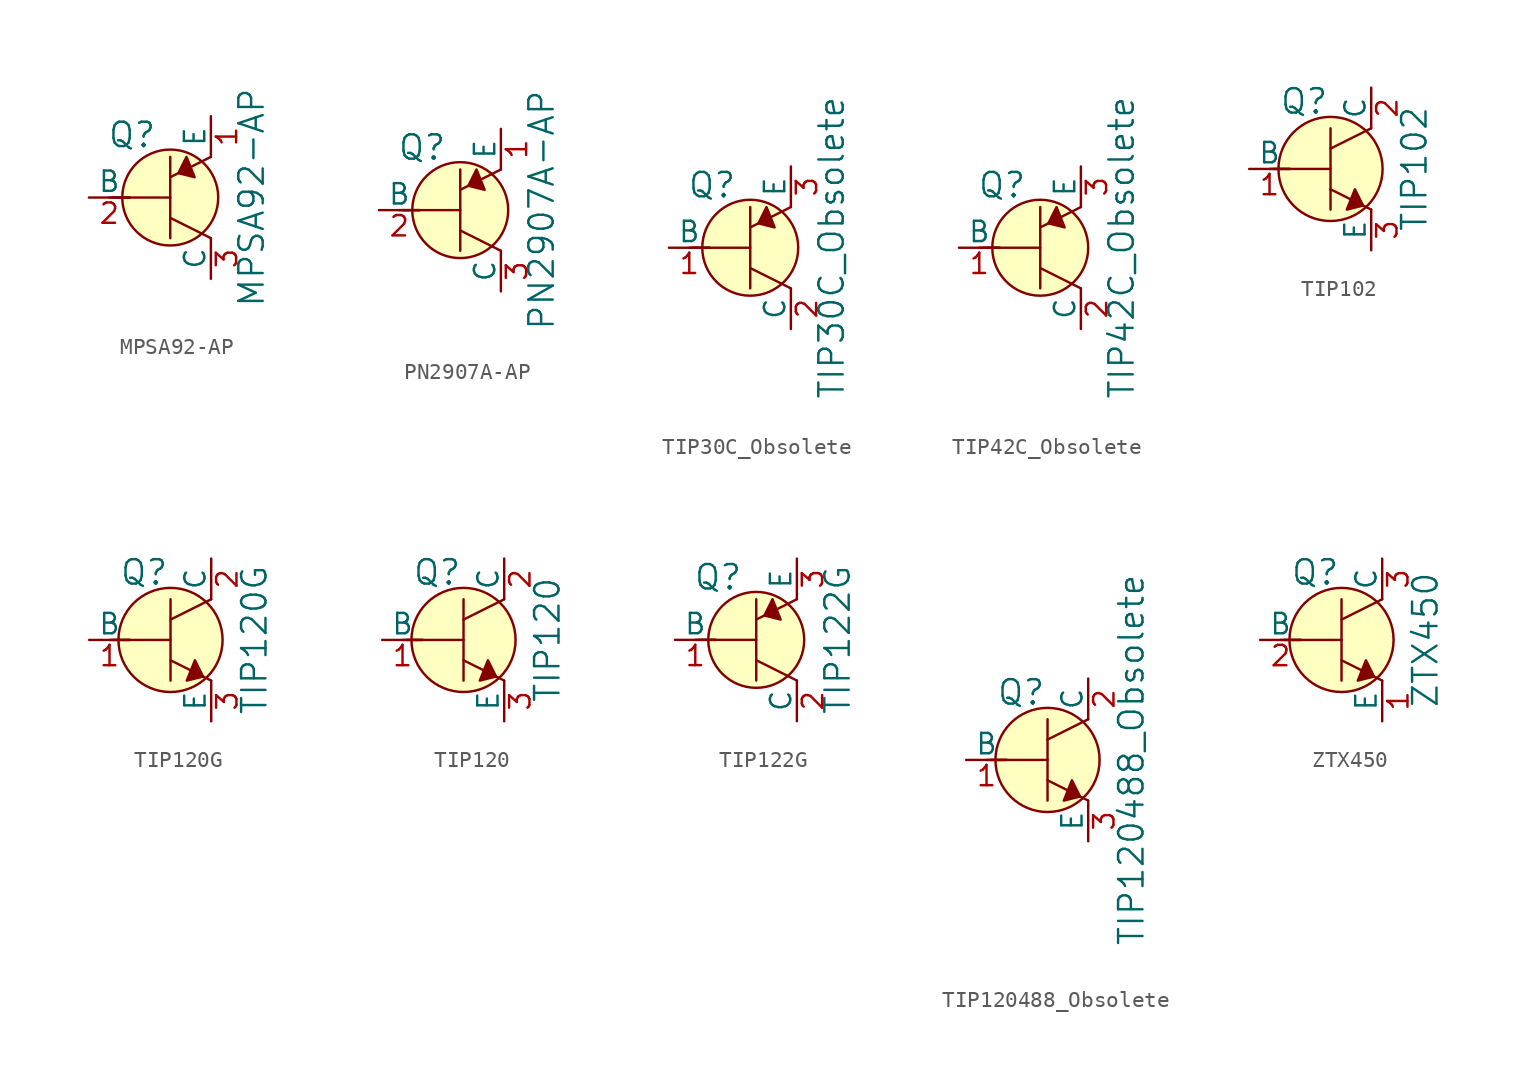
<source format=kicad_sym>
(kicad_symbol_lib
  (version 20220914)
  (generator kicad_symbol_editor)
  (symbol "MPSA92-AP"
    (pin_names
      (offset 0))
    (property "Reference" "Q"
      (at -2.388 3.912 0)
      (effects (font (size 1.524 1.524))))
    (property "Value" "MPSA92-AP"
      (at 5.08 0 90)
      (effects (font (size 1.524 1.524))))
    (symbol "MPSA92-AP_0_1"
      (polyline (pts (xy -3.81 0) (xy -2.54 0)) (stroke (width 0) (type solid)) (fill (type none)))
      (polyline (pts (xy -3.556 0) (xy 0 0)) (stroke (width 0) (type solid)) (fill (type none)))
      (polyline (pts (xy 0 -1.27) (xy 2.54 -2.54)) (stroke (width 0) (type solid)) (fill (type none)))
      (polyline (pts (xy 0 1.27) (xy 2.54 2.54)) (stroke (width 0) (type solid)) (fill (type none)))
      (polyline (pts (xy 0 2.54) (xy 0 -2.54)) (stroke (width 0) (type solid)) (fill (type none)))
      (polyline (pts (xy 1.016 2.54) (xy 0.508 1.524) (xy 1.524 1.27) (xy 1.016 2.54)) (stroke (width 0) (type solid)) (fill (type outline)))
      (circle (center 0 0) (radius 2.997) (stroke (width 0) (type solid)) (fill (type background))))
    (symbol "MPSA92-AP_1_1"
      (pin passive line (at 2.54 5.08 270) (length 2.54) (name "E" (effects (font (size 1.27 1.27)))) (number "1" (effects (font (size 1.27 1.27)))))
      (pin input line (at -5.08 0 0) (length 2.54) (name "B" (effects (font (size 1.27 1.27)))) (number "2" (effects (font (size 1.27 1.27)))))
      (pin passive line (at 2.54 -5.08 90) (length 2.54) (name "C" (effects (font (size 1.27 1.27)))) (number "3" (effects (font (size 1.27 1.27)))))))
  (symbol "PN2907A-AP"
    (pin_names
      (offset 0))
    (property "Reference" "Q"
      (at -2.388 3.912 0)
      (effects (font (size 1.524 1.524))))
    (property "Value" "PN2907A-AP"
      (at 5.08 0 90)
      (effects (font (size 1.524 1.524))))
    (symbol "PN2907A-AP_0_1"
      (polyline (pts (xy -3.81 0) (xy -2.54 0)) (stroke (width 0) (type solid)) (fill (type none)))
      (polyline (pts (xy -3.556 0) (xy 0 0)) (stroke (width 0) (type solid)) (fill (type none)))
      (polyline (pts (xy 0 -1.27) (xy 2.54 -2.54)) (stroke (width 0) (type solid)) (fill (type none)))
      (polyline (pts (xy 0 1.27) (xy 2.54 2.54)) (stroke (width 0) (type solid)) (fill (type none)))
      (polyline (pts (xy 0 2.54) (xy 0 -2.54)) (stroke (width 0) (type solid)) (fill (type none)))
      (polyline (pts (xy 1.016 2.54) (xy 0.508 1.524) (xy 1.524 1.27) (xy 1.016 2.54)) (stroke (width 0) (type solid)) (fill (type outline)))
      (circle (center 0 0) (radius 2.997) (stroke (width 0) (type solid)) (fill (type background))))
    (symbol "PN2907A-AP_1_1"
      (pin passive line (at 2.54 5.08 270) (length 2.54) (name "E" (effects (font (size 1.27 1.27)))) (number "1" (effects (font (size 1.27 1.27)))))
      (pin input line (at -5.08 0 0) (length 2.54) (name "B" (effects (font (size 1.27 1.27)))) (number "2" (effects (font (size 1.27 1.27)))))
      (pin passive line (at 2.54 -5.08 90) (length 2.54) (name "C" (effects (font (size 1.27 1.27)))) (number "3" (effects (font (size 1.27 1.27)))))))
  (symbol "TIP30C_Obsolete"
    (pin_names
      (offset 0))
    (property "Reference" "Q"
      (at -2.388 3.912 0)
      (effects (font (size 1.524 1.524))))
    (property "Value" "TIP30C_Obsolete"
      (at 5.08 0 90)
      (effects (font (size 1.524 1.524))))
    (symbol "TIP30C_Obsolete_0_1"
      (polyline (pts (xy -3.81 0) (xy -2.54 0)) (stroke (width 0) (type solid)) (fill (type none)))
      (polyline (pts (xy -3.556 0) (xy 0 0)) (stroke (width 0) (type solid)) (fill (type none)))
      (polyline (pts (xy 0 -1.27) (xy 2.54 -2.54)) (stroke (width 0) (type solid)) (fill (type none)))
      (polyline (pts (xy 0 1.27) (xy 2.54 2.54)) (stroke (width 0) (type solid)) (fill (type none)))
      (polyline (pts (xy 0 2.54) (xy 0 -2.54)) (stroke (width 0) (type solid)) (fill (type none)))
      (polyline (pts (xy 1.016 2.54) (xy 0.508 1.524) (xy 1.524 1.27) (xy 1.016 2.54)) (stroke (width 0) (type solid)) (fill (type outline)))
      (circle (center 0 0) (radius 2.997) (stroke (width 0) (type solid)) (fill (type background))))
    (symbol "TIP30C_Obsolete_1_1"
      (pin input line (at -5.08 0 0) (length 2.54) (name "B" (effects (font (size 1.27 1.27)))) (number "1" (effects (font (size 1.27 1.27)))))
      (pin passive line (at 2.54 -5.08 90) (length 2.54) (name "C" (effects (font (size 1.27 1.27)))) (number "2" (effects (font (size 1.27 1.27)))))
      (pin passive line (at 2.54 5.08 270) (length 2.54) (name "E" (effects (font (size 1.27 1.27)))) (number "3" (effects (font (size 1.27 1.27)))))))
  (symbol "TIP42C_Obsolete"
    (pin_names
      (offset 0))
    (property "Reference" "Q"
      (at -2.388 3.912 0)
      (effects (font (size 1.524 1.524))))
    (property "Value" "TIP42C_Obsolete"
      (at 5.08 0 90)
      (effects (font (size 1.524 1.524))))
    (symbol "TIP42C_Obsolete_0_1"
      (polyline (pts (xy -3.81 0) (xy -2.54 0)) (stroke (width 0) (type solid)) (fill (type none)))
      (polyline (pts (xy -3.556 0) (xy 0 0)) (stroke (width 0) (type solid)) (fill (type none)))
      (polyline (pts (xy 0 -1.27) (xy 2.54 -2.54)) (stroke (width 0) (type solid)) (fill (type none)))
      (polyline (pts (xy 0 1.27) (xy 2.54 2.54)) (stroke (width 0) (type solid)) (fill (type none)))
      (polyline (pts (xy 0 2.54) (xy 0 -2.54)) (stroke (width 0) (type solid)) (fill (type none)))
      (polyline (pts (xy 1.016 2.54) (xy 0.508 1.524) (xy 1.524 1.27) (xy 1.016 2.54)) (stroke (width 0) (type solid)) (fill (type outline)))
      (circle (center 0 0) (radius 2.997) (stroke (width 0) (type solid)) (fill (type background))))
    (symbol "TIP42C_Obsolete_1_1"
      (pin input line (at -5.08 0 0) (length 2.54) (name "B" (effects (font (size 1.27 1.27)))) (number "1" (effects (font (size 1.27 1.27)))))
      (pin passive line (at 2.54 -5.08 90) (length 2.54) (name "C" (effects (font (size 1.27 1.27)))) (number "2" (effects (font (size 1.27 1.27)))))
      (pin passive line (at 2.54 5.08 270) (length 2.54) (name "E" (effects (font (size 1.27 1.27)))) (number "3" (effects (font (size 1.27 1.27)))))))
  (symbol "TIP102"
    (pin_names
      (offset 0))
    (property "Reference" "Q"
      (at -3.2 4.216 0)
      (effects (font (size 1.524 1.524)) (justify left)))
    (property "Value" "TIP102"
      (at 5.232 0 90)
      (effects (font (size 1.524 1.524))))
    (symbol "TIP102_0_1"
      (polyline (pts (xy -3.81 0) (xy -2.54 0)) (stroke (width 0) (type solid)) (fill (type none)))
      (polyline (pts (xy -3.556 0) (xy 0 0)) (stroke (width 0) (type solid)) (fill (type none)))
      (polyline (pts (xy 0 -1.27) (xy 2.54 -2.54)) (stroke (width 0) (type solid)) (fill (type none)))
      (polyline (pts (xy 0 1.27) (xy 2.54 2.54)) (stroke (width 0) (type solid)) (fill (type none)))
      (polyline (pts (xy 0 2.54) (xy 0 -2.54)) (stroke (width 0) (type solid)) (fill (type none)))
      (polyline (pts (xy 1.524 -1.27) (xy 2.032 -2.286) (xy 1.016 -2.54) (xy 1.524 -1.27)) (stroke (width 0) (type solid)) (fill (type outline)))
      (circle (center 0 0) (radius 3.251) (stroke (width 0) (type solid)) (fill (type background))))
    (symbol "TIP102_1_1"
      (pin input line (at -5.08 0 0) (length 2.54) (name "B" (effects (font (size 1.27 1.27)))) (number "1" (effects (font (size 1.27 1.27)))))
      (pin passive line (at 2.54 5.08 270) (length 2.54) (name "C" (effects (font (size 1.27 1.27)))) (number "2" (effects (font (size 1.27 1.27)))))
      (pin passive line (at 2.54 -5.08 90) (length 2.54) (name "E" (effects (font (size 1.27 1.27)))) (number "3" (effects (font (size 1.27 1.27)))))))
  (symbol "TIP120G"
    (pin_names
      (offset 0))
    (property "Reference" "Q"
      (at -3.2 4.216 0)
      (effects (font (size 1.524 1.524)) (justify left)))
    (property "Value" "TIP120G"
      (at 5.232 0 90)
      (effects (font (size 1.524 1.524))))
    (symbol "TIP120G_0_1"
      (polyline (pts (xy -3.81 0) (xy -2.54 0)) (stroke (width 0) (type solid)) (fill (type none)))
      (polyline (pts (xy -3.556 0) (xy 0 0)) (stroke (width 0) (type solid)) (fill (type none)))
      (polyline (pts (xy 0 -1.27) (xy 2.54 -2.54)) (stroke (width 0) (type solid)) (fill (type none)))
      (polyline (pts (xy 0 1.27) (xy 2.54 2.54)) (stroke (width 0) (type solid)) (fill (type none)))
      (polyline (pts (xy 0 2.54) (xy 0 -2.54)) (stroke (width 0) (type solid)) (fill (type none)))
      (polyline (pts (xy 1.524 -1.27) (xy 2.032 -2.286) (xy 1.016 -2.54) (xy 1.524 -1.27)) (stroke (width 0) (type solid)) (fill (type outline)))
      (circle (center 0 0) (radius 3.251) (stroke (width 0) (type solid)) (fill (type background))))
    (symbol "TIP120G_1_1"
      (pin input line (at -5.08 0 0) (length 2.54) (name "B" (effects (font (size 1.27 1.27)))) (number "1" (effects (font (size 1.27 1.27)))))
      (pin passive line (at 2.54 5.08 270) (length 2.54) (name "C" (effects (font (size 1.27 1.27)))) (number "2" (effects (font (size 1.27 1.27)))))
      (pin passive line (at 2.54 -5.08 90) (length 2.54) (name "E" (effects (font (size 1.27 1.27)))) (number "3" (effects (font (size 1.27 1.27)))))))
  (symbol "TIP120"
    (pin_names
      (offset 0))
    (property "Reference" "Q"
      (at -3.2 4.216 0)
      (effects (font (size 1.524 1.524)) (justify left)))
    (property "Value" "TIP120"
      (at 5.232 0 90)
      (effects (font (size 1.524 1.524))))
    (symbol "TIP120_0_1"
      (polyline (pts (xy -3.81 0) (xy -2.54 0)) (stroke (width 0) (type solid)) (fill (type none)))
      (polyline (pts (xy -3.556 0) (xy 0 0)) (stroke (width 0) (type solid)) (fill (type none)))
      (polyline (pts (xy 0 -1.27) (xy 2.54 -2.54)) (stroke (width 0) (type solid)) (fill (type none)))
      (polyline (pts (xy 0 1.27) (xy 2.54 2.54)) (stroke (width 0) (type solid)) (fill (type none)))
      (polyline (pts (xy 0 2.54) (xy 0 -2.54)) (stroke (width 0) (type solid)) (fill (type none)))
      (polyline (pts (xy 1.524 -1.27) (xy 2.032 -2.286) (xy 1.016 -2.54) (xy 1.524 -1.27)) (stroke (width 0) (type solid)) (fill (type outline)))
      (circle (center 0 0) (radius 3.251) (stroke (width 0) (type solid)) (fill (type background))))
    (symbol "TIP120_1_1"
      (pin input line (at -5.08 0 0) (length 2.54) (name "B" (effects (font (size 1.27 1.27)))) (number "1" (effects (font (size 1.27 1.27)))))
      (pin passive line (at 2.54 5.08 270) (length 2.54) (name "C" (effects (font (size 1.27 1.27)))) (number "2" (effects (font (size 1.27 1.27)))))
      (pin passive line (at 2.54 -5.08 90) (length 2.54) (name "E" (effects (font (size 1.27 1.27)))) (number "3" (effects (font (size 1.27 1.27)))))))
  (symbol "TIP122G"
    (pin_names
      (offset 0))
    (property "Reference" "Q"
      (at -2.388 3.912 0)
      (effects (font (size 1.524 1.524))))
    (property "Value" "TIP122G"
      (at 5.08 0 90)
      (effects (font (size 1.524 1.524))))
    (symbol "TIP122G_0_1"
      (polyline (pts (xy -3.81 0) (xy -2.54 0)) (stroke (width 0) (type solid)) (fill (type none)))
      (polyline (pts (xy -3.556 0) (xy 0 0)) (stroke (width 0) (type solid)) (fill (type none)))
      (polyline (pts (xy 0 -1.27) (xy 2.54 -2.54)) (stroke (width 0) (type solid)) (fill (type none)))
      (polyline (pts (xy 0 1.27) (xy 2.54 2.54)) (stroke (width 0) (type solid)) (fill (type none)))
      (polyline (pts (xy 0 2.54) (xy 0 -2.54)) (stroke (width 0) (type solid)) (fill (type none)))
      (polyline (pts (xy 1.016 2.54) (xy 0.508 1.524) (xy 1.524 1.27) (xy 1.016 2.54)) (stroke (width 0) (type solid)) (fill (type outline)))
      (circle (center 0 0) (radius 2.997) (stroke (width 0) (type solid)) (fill (type background))))
    (symbol "TIP122G_1_1"
      (pin input line (at -5.08 0 0) (length 2.54) (name "B" (effects (font (size 1.27 1.27)))) (number "1" (effects (font (size 1.27 1.27)))))
      (pin passive line (at 2.54 -5.08 90) (length 2.54) (name "C" (effects (font (size 1.27 1.27)))) (number "2" (effects (font (size 1.27 1.27)))))
      (pin passive line (at 2.54 5.08 270) (length 2.54) (name "E" (effects (font (size 1.27 1.27)))) (number "3" (effects (font (size 1.27 1.27)))))))
  (symbol "TIP120488_Obsolete"
    (pin_names
      (offset 0))
    (property "Reference" "Q"
      (at -3.2 4.216 0)
      (effects (font (size 1.524 1.524)) (justify left)))
    (property "Value" "TIP120488_Obsolete"
      (at 5.232 0 90)
      (effects (font (size 1.524 1.524))))
    (symbol "TIP120488_Obsolete_0_1"
      (polyline (pts (xy -3.81 0) (xy -2.54 0)) (stroke (width 0) (type solid)) (fill (type none)))
      (polyline (pts (xy -3.556 0) (xy 0 0)) (stroke (width 0) (type solid)) (fill (type none)))
      (polyline (pts (xy 0 -1.27) (xy 2.54 -2.54)) (stroke (width 0) (type solid)) (fill (type none)))
      (polyline (pts (xy 0 1.27) (xy 2.54 2.54)) (stroke (width 0) (type solid)) (fill (type none)))
      (polyline (pts (xy 0 2.54) (xy 0 -2.54)) (stroke (width 0) (type solid)) (fill (type none)))
      (polyline (pts (xy 1.524 -1.27) (xy 2.032 -2.286) (xy 1.016 -2.54) (xy 1.524 -1.27)) (stroke (width 0) (type solid)) (fill (type outline)))
      (circle (center 0 0) (radius 3.251) (stroke (width 0) (type solid)) (fill (type background))))
    (symbol "TIP120488_Obsolete_1_1"
      (pin input line (at -5.08 0 0) (length 2.54) (name "B" (effects (font (size 1.27 1.27)))) (number "1" (effects (font (size 1.27 1.27)))))
      (pin passive line (at 2.54 5.08 270) (length 2.54) (name "C" (effects (font (size 1.27 1.27)))) (number "2" (effects (font (size 1.27 1.27)))))
      (pin passive line (at 2.54 -5.08 90) (length 2.54) (name "E" (effects (font (size 1.27 1.27)))) (number "3" (effects (font (size 1.27 1.27)))))))
  (symbol "ZTX450"
    (pin_names
      (offset 0))
    (property "Reference" "Q"
      (at -3.2 4.216 0)
      (effects (font (size 1.524 1.524)) (justify left)))
    (property "Value" "ZTX450"
      (at 5.232 0 90)
      (effects (font (size 1.524 1.524))))
    (symbol "ZTX450_0_1"
      (polyline (pts (xy -3.81 0) (xy -2.54 0)) (stroke (width 0) (type solid)) (fill (type none)))
      (polyline (pts (xy -3.556 0) (xy 0 0)) (stroke (width 0) (type solid)) (fill (type none)))
      (polyline (pts (xy 0 -1.27) (xy 2.54 -2.54)) (stroke (width 0) (type solid)) (fill (type none)))
      (polyline (pts (xy 0 1.27) (xy 2.54 2.54)) (stroke (width 0) (type solid)) (fill (type none)))
      (polyline (pts (xy 0 2.54) (xy 0 -2.54)) (stroke (width 0) (type solid)) (fill (type none)))
      (polyline (pts (xy 1.524 -1.27) (xy 2.032 -2.286) (xy 1.016 -2.54) (xy 1.524 -1.27)) (stroke (width 0) (type solid)) (fill (type outline)))
      (circle (center 0 0) (radius 3.251) (stroke (width 0) (type solid)) (fill (type background))))
    (symbol "ZTX450_1_1"
      (pin passive line (at 2.54 -5.08 90) (length 2.54) (name "E" (effects (font (size 1.27 1.27)))) (number "1" (effects (font (size 1.27 1.27)))))
      (pin input line (at -5.08 0 0) (length 2.54) (name "B" (effects (font (size 1.27 1.27)))) (number "2" (effects (font (size 1.27 1.27)))))
      (pin passive line (at 2.54 5.08 270) (length 2.54) (name "C" (effects (font (size 1.27 1.27)))) (number "3" (effects (font (size 1.27 1.27))))))))
</source>
